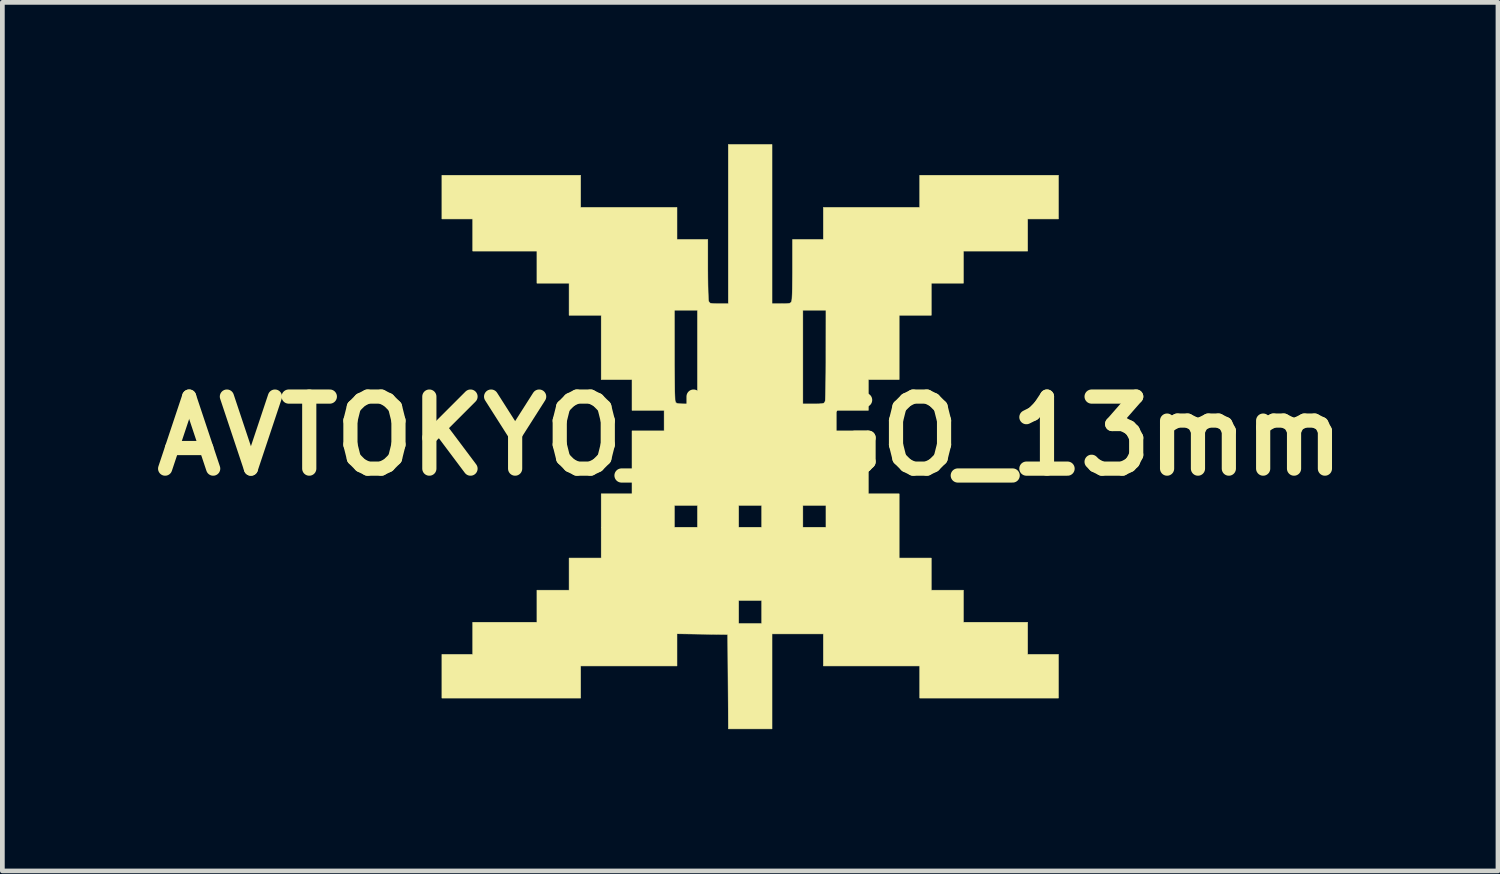
<source format=kicad_pcb>
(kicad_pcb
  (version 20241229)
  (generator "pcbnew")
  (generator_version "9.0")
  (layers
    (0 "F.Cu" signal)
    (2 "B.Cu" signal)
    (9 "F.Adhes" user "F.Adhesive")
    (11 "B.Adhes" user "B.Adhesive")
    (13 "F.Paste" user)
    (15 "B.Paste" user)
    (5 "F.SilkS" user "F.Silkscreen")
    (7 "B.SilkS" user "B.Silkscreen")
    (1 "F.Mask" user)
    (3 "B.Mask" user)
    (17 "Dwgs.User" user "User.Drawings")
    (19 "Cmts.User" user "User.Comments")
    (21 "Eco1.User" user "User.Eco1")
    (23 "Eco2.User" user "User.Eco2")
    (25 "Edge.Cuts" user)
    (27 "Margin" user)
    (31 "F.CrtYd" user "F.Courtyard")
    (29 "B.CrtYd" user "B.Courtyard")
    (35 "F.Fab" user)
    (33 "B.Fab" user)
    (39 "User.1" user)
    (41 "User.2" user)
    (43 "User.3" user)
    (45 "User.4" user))
  (footprint "AVTOKYO_LOGO_13mm"
    (layer "F.Cu")
    (at 12.816 6.172)
    (property "Reference" "AVTOKYO_LOGO_13mm" (at 0 0 0) (layer "F.SilkS") (effects (font (size 1.524 1.524) (thickness 0.3))))
    (attr through_hole)
    (fp_poly (pts (xy 0.462 -2.798) (xy 0.662 -2.798) (xy 0.766 -2.799) (xy 0.828 -2.806) (xy 0.86 -2.821) (xy 0.876 -2.848) (xy 0.879 -2.859) (xy 0.884 -2.903) (xy 0.888 -2.993) (xy 0.892 -3.12) (xy 0.894 -3.275) (xy 0.896 -3.45) (xy 0.896 -3.538) (xy 0.896 -4.156) (xy 1.548 -4.156) (xy 1.548 -4.836) (xy 3.586 -4.836) (xy 3.586 -5.515) (xy 6.52 -5.515) (xy 6.52 -4.591) (xy 5.868 -4.591) (xy 5.868 -3.912) (xy 4.51 -3.912) (xy 4.51 -3.233) (xy 3.83 -3.233) (xy 3.83 -2.554) (xy 3.151 -2.554) (xy 3.151 -1.195) (xy 2.499 -1.195) (xy 2.499 -0.543) (xy 1.82 -0.543) (xy 1.82 -0.109) (xy 2.499 -0.109) (xy 2.499 1.222) (xy 3.151 1.222) (xy 3.151 2.581) (xy 3.83 2.581) (xy 3.83 3.26) (xy 4.51 3.26) (xy 4.51 3.939) (xy 5.868 3.939) (xy 5.868 4.618) (xy 6.52 4.618) (xy 6.52 5.542) (xy 3.586 5.542) (xy 3.586 4.863) (xy 1.548 4.863) (xy 1.548 4.184) (xy 0.462 4.184) (xy 0.462 6.194) (xy -0.461 6.194) (xy -0.475 4.197) (xy -1.012 4.19) (xy -1.548 4.182) (xy -1.548 4.863) (xy -3.586 4.863) (xy -3.586 5.542) (xy -6.52 5.542) (xy -6.52 4.618) (xy -5.868 4.618) (xy -5.868 3.939) (xy -4.51 3.939) (xy -4.51 3.477) (xy -0.244 3.477) (xy -0.244 3.966) (xy 0.244 3.966) (xy 0.244 3.477) (xy -0.244 3.477) (xy -4.51 3.477) (xy -4.51 3.26) (xy -3.83 3.26) (xy -3.83 2.581) (xy -3.151 2.581) (xy -3.151 1.467) (xy -1.603 1.467) (xy -1.603 1.929) (xy -1.114 1.929) (xy -1.114 1.467) (xy -0.244 1.467) (xy -0.244 1.929) (xy 0.244 1.929) (xy 0.244 1.467) (xy 1.114 1.467) (xy 1.114 1.929) (xy 1.603 1.929) (xy 1.603 1.467) (xy 1.114 1.467) (xy 0.244 1.467) (xy -0.244 1.467) (xy -1.114 1.467) (xy -1.603 1.467) (xy -3.151 1.467) (xy -3.151 1.222) (xy -2.499 1.222) (xy -2.499 -0.109) (xy -1.82 -0.109) (xy -1.82 -0.543) (xy -2.499 -0.543) (xy -2.499 -1.195) (xy -3.151 -1.195) (xy -3.151 -2.554) (xy -3.83 -2.554) (xy -3.83 -2.662) (xy -1.603 -2.662) (xy -1.602 -1.732) (xy -1.602 -1.51) (xy -1.6 -1.303) (xy -1.598 -1.119) (xy -1.596 -0.963) (xy -1.592 -0.844) (xy -1.589 -0.766) (xy -1.586 -0.74) (xy -1.574 -0.71) (xy -1.55 -0.692) (xy -1.504 -0.683) (xy -1.422 -0.68) (xy -1.342 -0.679) (xy -1.114 -0.679) (xy -1.114 -2.662) (xy 1.114 -2.662) (xy 1.114 -0.679) (xy 1.342 -0.679) (xy 1.453 -0.68) (xy 1.522 -0.685) (xy 1.56 -0.697) (xy 1.578 -0.719) (xy 1.586 -0.74) (xy 1.59 -0.781) (xy 1.593 -0.87) (xy 1.596 -0.999) (xy 1.599 -1.162) (xy 1.601 -1.353) (xy 1.602 -1.564) (xy 1.602 -1.732) (xy 1.603 -2.662) (xy 1.114 -2.662) (xy -1.114 -2.662) (xy -1.603 -2.662) (xy -3.83 -2.662) (xy -3.83 -3.233) (xy -4.51 -3.233) (xy -4.51 -3.912) (xy -5.868 -3.912) (xy -5.868 -4.591) (xy -6.52 -4.591) (xy -6.52 -5.515) (xy -3.586 -5.515) (xy -3.586 -4.836) (xy -1.548 -4.836) (xy -1.548 -4.156) (xy -0.896 -4.156) (xy -0.896 -3.538) (xy -0.895 -3.357) (xy -0.893 -3.191) (xy -0.89 -3.05) (xy -0.886 -2.941) (xy -0.882 -2.874) (xy -0.879 -2.859) (xy -0.866 -2.828) (xy -0.841 -2.809) (xy -0.789 -2.801) (xy -0.7 -2.798) (xy -0.662 -2.798) (xy -0.462 -2.798) (xy -0.462 -6.167) (xy 0.462 -6.167) (xy 0.462 -2.798)) (stroke (width 0.01) (type solid)) (fill yes) (layer "F.SilkS")))
  (gr_rect
    (start -3 -3)
    (end 28.632 15.37)
    (stroke (width 0.1) (type default))
    (fill no)
    (layer "Edge.Cuts")))
</source>
